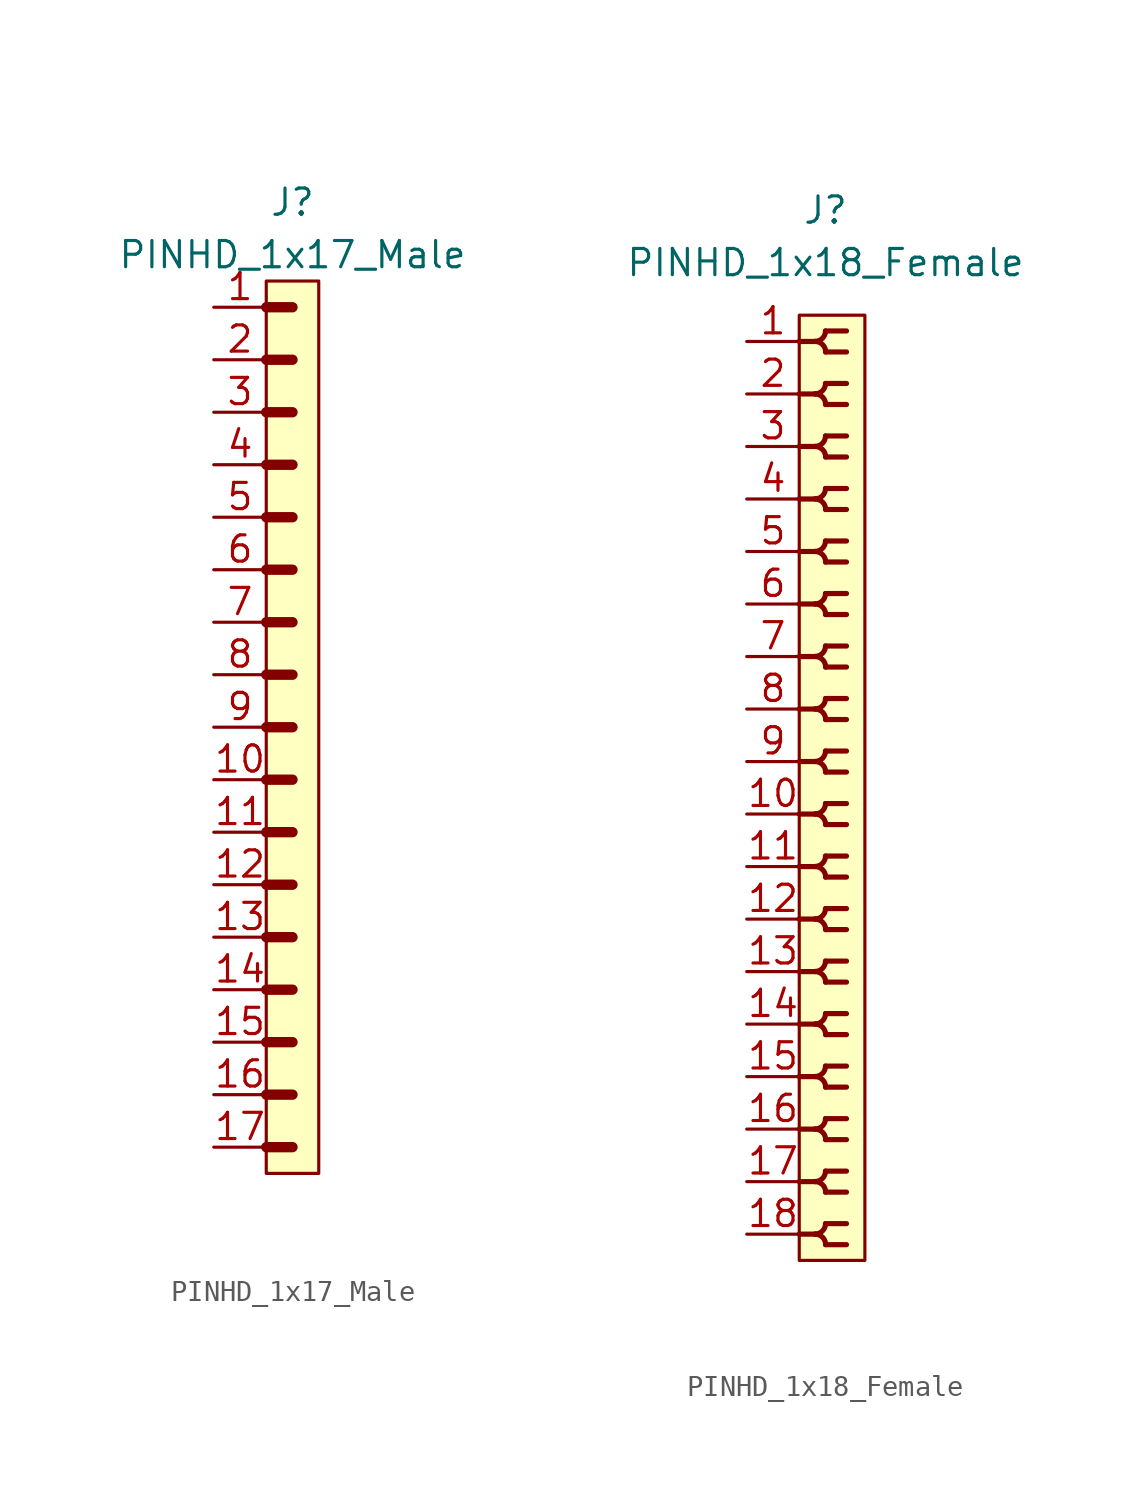
<source format=kicad_sym>
(kicad_symbol_lib
  (version 20211014)
  (generator kicad_symbol_editor)
  (symbol "PINHD_1x17_Male"
    (property "Reference" "J"
      (at 0 25.4 0)
      (effects (font (size 1.27 1.27))))
    (property "Value" "PINHD_1x17_Male"
      (at 0 22.86 0)
      (effects (font (size 1.27 1.27))))
    (symbol "PINHD_1x17_Male_0_1"
      (rectangle (start -1.27 21.59) (end 1.27 -21.59) (stroke (width 0) (type default) (color 0 0 0 0)) (fill (type background)))
      (polyline (pts (xy -1.27 -20.32) (xy 0 -20.32)) (stroke (width 0.5) (type default) (color 0 0 0 0)) (fill (type none)))
      (polyline (pts (xy -1.27 -17.78) (xy 0 -17.78)) (stroke (width 0.5) (type default) (color 0 0 0 0)) (fill (type none)))
      (polyline (pts (xy -1.27 -15.24) (xy 0 -15.24)) (stroke (width 0.5) (type default) (color 0 0 0 0)) (fill (type none)))
      (polyline (pts (xy -1.27 -12.7) (xy 0 -12.7)) (stroke (width 0.5) (type default) (color 0 0 0 0)) (fill (type none)))
      (polyline (pts (xy -1.27 -10.16) (xy 0 -10.16)) (stroke (width 0.5) (type default) (color 0 0 0 0)) (fill (type none)))
      (polyline (pts (xy -1.27 -7.62) (xy 0 -7.62)) (stroke (width 0.5) (type default) (color 0 0 0 0)) (fill (type none)))
      (polyline (pts (xy -1.27 -5.08) (xy 0 -5.08)) (stroke (width 0.5) (type default) (color 0 0 0 0)) (fill (type none)))
      (polyline (pts (xy -1.27 -2.54) (xy 0 -2.54)) (stroke (width 0.3) (type default) (color 0 0 0 0)) (fill (type none)))
      (polyline (pts (xy -1.27 -2.54) (xy 0 -2.54)) (stroke (width 0.5) (type default) (color 0 0 0 0)) (fill (type none)))
      (polyline (pts (xy -1.27 0) (xy 0 0)) (stroke (width 0.3) (type default) (color 0 0 0 0)) (fill (type none)))
      (polyline (pts (xy -1.27 0) (xy 0 0)) (stroke (width 0.5) (type default) (color 0 0 0 0)) (fill (type none)))
      (polyline (pts (xy -1.27 2.54) (xy 0 2.54)) (stroke (width 0.3) (type default) (color 0 0 0 0)) (fill (type none)))
      (polyline (pts (xy -1.27 2.54) (xy 0 2.54)) (stroke (width 0.5) (type default) (color 0 0 0 0)) (fill (type none)))
      (polyline (pts (xy -1.27 5.08) (xy 0 5.08)) (stroke (width 0.3) (type default) (color 0 0 0 0)) (fill (type none)))
      (polyline (pts (xy -1.27 5.08) (xy 0 5.08)) (stroke (width 0.5) (type default) (color 0 0 0 0)) (fill (type none)))
      (polyline (pts (xy -1.27 7.62) (xy 0 7.62)) (stroke (width 0.3) (type default) (color 0 0 0 0)) (fill (type none)))
      (polyline (pts (xy -1.27 7.62) (xy 0 7.62)) (stroke (width 0.5) (type default) (color 0 0 0 0)) (fill (type none)))
      (polyline (pts (xy -1.27 10.16) (xy 0 10.16)) (stroke (width 0.3) (type default) (color 0 0 0 0)) (fill (type none)))
      (polyline (pts (xy -1.27 10.16) (xy 0 10.16)) (stroke (width 0.5) (type default) (color 0 0 0 0)) (fill (type none)))
      (polyline (pts (xy -1.27 12.7) (xy 0 12.7)) (stroke (width 0.3) (type default) (color 0 0 0 0)) (fill (type none)))
      (polyline (pts (xy -1.27 12.7) (xy 0 12.7)) (stroke (width 0.5) (type default) (color 0 0 0 0)) (fill (type none)))
      (polyline (pts (xy -1.27 15.24) (xy 0 15.24)) (stroke (width 0.3) (type default) (color 0 0 0 0)) (fill (type none)))
      (polyline (pts (xy -1.27 15.24) (xy 0 15.24)) (stroke (width 0.5) (type default) (color 0 0 0 0)) (fill (type none)))
      (polyline (pts (xy -1.27 17.78) (xy 0 17.78)) (stroke (width 0.3) (type default) (color 0 0 0 0)) (fill (type none)))
      (polyline (pts (xy -1.27 17.78) (xy 0 17.78)) (stroke (width 0.5) (type default) (color 0 0 0 0)) (fill (type none)))
      (polyline (pts (xy -1.27 20.32) (xy 0 20.32)) (stroke (width 0.5) (type default) (color 0 0 0 0)) (fill (type none))))
    (symbol "PINHD_1x17_Male_1_1"
      (pin passive line (at -3.81 20.32 0) (length 2.54) (name "" (effects (font (size 1.27 1.27)))) (number "1" (effects (font (size 1.27 1.27)))))
      (pin passive line (at -3.81 -2.54 0) (length 2.54) (name "" (effects (font (size 1.27 1.27)))) (number "10" (effects (font (size 1.27 1.27)))))
      (pin passive line (at -3.81 -5.08 0) (length 2.54) (name "" (effects (font (size 1.27 1.27)))) (number "11" (effects (font (size 1.27 1.27)))))
      (pin passive line (at -3.81 -7.62 0) (length 2.54) (name "" (effects (font (size 1.27 1.27)))) (number "12" (effects (font (size 1.27 1.27)))))
      (pin passive line (at -3.81 -10.16 0) (length 2.54) (name "" (effects (font (size 1.27 1.27)))) (number "13" (effects (font (size 1.27 1.27)))))
      (pin passive line (at -3.81 -12.7 0) (length 2.54) (name "" (effects (font (size 1.27 1.27)))) (number "14" (effects (font (size 1.27 1.27)))))
      (pin passive line (at -3.81 -15.24 0) (length 2.54) (name "" (effects (font (size 1.27 1.27)))) (number "15" (effects (font (size 1.27 1.27)))))
      (pin passive line (at -3.81 -17.78 0) (length 2.54) (name "" (effects (font (size 1.27 1.27)))) (number "16" (effects (font (size 1.27 1.27)))))
      (pin passive line (at -3.81 -20.32 0) (length 2.54) (name "" (effects (font (size 1.27 1.27)))) (number "17" (effects (font (size 1.27 1.27)))))
      (pin passive line (at -3.81 17.78 0) (length 2.54) (name "" (effects (font (size 1.27 1.27)))) (number "2" (effects (font (size 1.27 1.27)))))
      (pin passive line (at -3.81 15.24 0) (length 2.54) (name "" (effects (font (size 1.27 1.27)))) (number "3" (effects (font (size 1.27 1.27)))))
      (pin passive line (at -3.81 12.7 0) (length 2.54) (name "" (effects (font (size 1.27 1.27)))) (number "4" (effects (font (size 1.27 1.27)))))
      (pin passive line (at -3.81 10.16 0) (length 2.54) (name "" (effects (font (size 1.27 1.27)))) (number "5" (effects (font (size 1.27 1.27)))))
      (pin passive line (at -3.81 7.62 0) (length 2.54) (name "" (effects (font (size 1.27 1.27)))) (number "6" (effects (font (size 1.27 1.27)))))
      (pin passive line (at -3.81 5.08 0) (length 2.54) (name "" (effects (font (size 1.27 1.27)))) (number "7" (effects (font (size 1.27 1.27)))))
      (pin passive line (at -3.81 2.54 0) (length 2.54) (name "" (effects (font (size 1.27 1.27)))) (number "8" (effects (font (size 1.27 1.27)))))
      (pin passive line (at -3.81 0 0) (length 2.54) (name "" (effects (font (size 1.27 1.27)))) (number "9" (effects (font (size 1.27 1.27)))))))
  (symbol "PINHD_1x18_Female"
    (property "Reference" "J"
      (at 0 27.94 0)
      (effects (font (size 1.27 1.27))))
    (property "Value" "PINHD_1x18_Female"
      (at 0 25.4 0)
      (effects (font (size 1.27 1.27))))
    (symbol "PINHD_1x18_Female_0_1"
      (rectangle (start -1.27 22.86) (end 1.905 -22.86) (stroke (width 0) (type default) (color 0 0 0 0)) (fill (type background)))
      (arc (start -0.508 -21.59) (mid 0.3592 -21.9492) (end 0 -21.082) (stroke (width 0.25) (type default) (color 0 0 0 0)) (fill (type none)))
      (arc (start -0.508 -19.05) (mid 0.3592 -19.4092) (end 0 -18.542) (stroke (width 0.25) (type default) (color 0 0 0 0)) (fill (type none)))
      (arc (start -0.508 -16.51) (mid 0.3592 -16.8692) (end 0 -16.002) (stroke (width 0.25) (type default) (color 0 0 0 0)) (fill (type none)))
      (arc (start -0.508 -13.97) (mid 0.3592 -14.3292) (end 0 -13.462) (stroke (width 0.25) (type default) (color 0 0 0 0)) (fill (type none)))
      (arc (start -0.508 -11.43) (mid 0.3592 -11.7892) (end 0 -10.922) (stroke (width 0.25) (type default) (color 0 0 0 0)) (fill (type none)))
      (arc (start -0.508 -8.89) (mid 0.3592 -9.2492) (end 0 -8.382) (stroke (width 0.25) (type default) (color 0 0 0 0)) (fill (type none)))
      (arc (start -0.508 -6.35) (mid 0.3592 -6.7092) (end 0 -5.842) (stroke (width 0.25) (type default) (color 0 0 0 0)) (fill (type none)))
      (arc (start -0.508 -3.81) (mid 0.3592 -4.1692) (end 0 -3.302) (stroke (width 0.25) (type default) (color 0 0 0 0)) (fill (type none)))
      (arc (start -0.508 -1.27) (mid 0.3592 -1.6292) (end 0 -0.762) (stroke (width 0.25) (type default) (color 0 0 0 0)) (fill (type none)))
      (arc (start -0.508 1.27) (mid 0.3592 0.9108) (end 0 1.778) (stroke (width 0.25) (type default) (color 0 0 0 0)) (fill (type none)))
      (arc (start -0.508 3.81) (mid 0.3592 3.4508) (end 0 4.318) (stroke (width 0.25) (type default) (color 0 0 0 0)) (fill (type none)))
      (arc (start -0.508 6.35) (mid 0.3592 5.9908) (end 0 6.858) (stroke (width 0.25) (type default) (color 0 0 0 0)) (fill (type none)))
      (arc (start -0.508 8.89) (mid 0.3592 8.5308) (end 0 9.398) (stroke (width 0.25) (type default) (color 0 0 0 0)) (fill (type none)))
      (arc (start -0.508 11.43) (mid 0.3592 11.0708) (end 0 11.938) (stroke (width 0.25) (type default) (color 0 0 0 0)) (fill (type none)))
      (arc (start -0.508 13.97) (mid 0.3592 13.6108) (end 0 14.478) (stroke (width 0.25) (type default) (color 0 0 0 0)) (fill (type none)))
      (arc (start -0.508 16.51) (mid 0.3592 16.1508) (end 0 17.018) (stroke (width 0.25) (type default) (color 0 0 0 0)) (fill (type none)))
      (arc (start -0.508 19.05) (mid 0.3592 18.6908) (end 0 19.558) (stroke (width 0.25) (type default) (color 0 0 0 0)) (fill (type none)))
      (arc (start -0.508 21.59) (mid 0.3592 21.2308) (end 0 22.098) (stroke (width 0.25) (type default) (color 0 0 0 0)) (fill (type none)))
      (arc (start 0 -22.098) (mid 0.3592 -21.2308) (end -0.508 -21.59) (stroke (width 0.25) (type default) (color 0 0 0 0)) (fill (type none)))
      (arc (start 0 -19.558) (mid 0.3592 -18.6908) (end -0.508 -19.05) (stroke (width 0.25) (type default) (color 0 0 0 0)) (fill (type none)))
      (arc (start 0 -17.018) (mid 0.3592 -16.1508) (end -0.508 -16.51) (stroke (width 0.25) (type default) (color 0 0 0 0)) (fill (type none)))
      (arc (start 0 -14.478) (mid 0.3592 -13.6108) (end -0.508 -13.97) (stroke (width 0.25) (type default) (color 0 0 0 0)) (fill (type none)))
      (arc (start 0 -11.938) (mid 0.3592 -11.0708) (end -0.508 -11.43) (stroke (width 0.25) (type default) (color 0 0 0 0)) (fill (type none)))
      (arc (start 0 -9.398) (mid 0.3592 -8.5308) (end -0.508 -8.89) (stroke (width 0.25) (type default) (color 0 0 0 0)) (fill (type none)))
      (arc (start 0 -6.858) (mid 0.3592 -5.9908) (end -0.508 -6.35) (stroke (width 0.25) (type default) (color 0 0 0 0)) (fill (type none)))
      (arc (start 0 -4.318) (mid 0.3592 -3.4508) (end -0.508 -3.81) (stroke (width 0.25) (type default) (color 0 0 0 0)) (fill (type none)))
      (arc (start 0 -1.778) (mid 0.3592 -0.9108) (end -0.508 -1.27) (stroke (width 0.25) (type default) (color 0 0 0 0)) (fill (type none)))
      (polyline (pts (xy -1.27 -21.59) (xy -0.508 -21.59)) (stroke (width 0.25) (type default) (color 0 0 0 0)) (fill (type none)))
      (polyline (pts (xy -1.27 -19.05) (xy -0.508 -19.05)) (stroke (width 0.25) (type default) (color 0 0 0 0)) (fill (type none)))
      (polyline (pts (xy -1.27 -16.51) (xy -0.508 -16.51)) (stroke (width 0.25) (type default) (color 0 0 0 0)) (fill (type none)))
      (polyline (pts (xy -1.27 -13.97) (xy -0.508 -13.97)) (stroke (width 0.25) (type default) (color 0 0 0 0)) (fill (type none)))
      (polyline (pts (xy -1.27 -11.43) (xy -0.508 -11.43)) (stroke (width 0.25) (type default) (color 0 0 0 0)) (fill (type none)))
      (polyline (pts (xy -1.27 -8.89) (xy -0.508 -8.89)) (stroke (width 0.25) (type default) (color 0 0 0 0)) (fill (type none)))
      (polyline (pts (xy -1.27 -6.35) (xy -0.508 -6.35)) (stroke (width 0.25) (type default) (color 0 0 0 0)) (fill (type none)))
      (polyline (pts (xy -1.27 -3.81) (xy -0.508 -3.81)) (stroke (width 0.25) (type default) (color 0 0 0 0)) (fill (type none)))
      (polyline (pts (xy -1.27 -1.27) (xy -0.508 -1.27)) (stroke (width 0.25) (type default) (color 0 0 0 0)) (fill (type none)))
      (polyline (pts (xy -1.27 1.27) (xy -0.508 1.27)) (stroke (width 0.25) (type default) (color 0 0 0 0)) (fill (type none)))
      (polyline (pts (xy -1.27 3.81) (xy -0.508 3.81)) (stroke (width 0.25) (type default) (color 0 0 0 0)) (fill (type none)))
      (polyline (pts (xy -1.27 6.35) (xy -0.508 6.35)) (stroke (width 0.25) (type default) (color 0 0 0 0)) (fill (type none)))
      (polyline (pts (xy -1.27 8.89) (xy -0.508 8.89)) (stroke (width 0.25) (type default) (color 0 0 0 0)) (fill (type none)))
      (polyline (pts (xy -1.27 11.43) (xy -0.508 11.43)) (stroke (width 0.25) (type default) (color 0 0 0 0)) (fill (type none)))
      (polyline (pts (xy -1.27 13.97) (xy -0.508 13.97)) (stroke (width 0.25) (type default) (color 0 0 0 0)) (fill (type none)))
      (polyline (pts (xy -1.27 16.51) (xy -0.508 16.51)) (stroke (width 0.25) (type default) (color 0 0 0 0)) (fill (type none)))
      (polyline (pts (xy -1.27 19.05) (xy -0.508 19.05)) (stroke (width 0.25) (type default) (color 0 0 0 0)) (fill (type none)))
      (polyline (pts (xy -1.27 21.59) (xy -0.508 21.59)) (stroke (width 0.25) (type default) (color 0 0 0 0)) (fill (type none)))
      (polyline (pts (xy 0 -22.098) (xy 1.016 -22.098)) (stroke (width 0.25) (type default) (color 0 0 0 0)) (fill (type none)))
      (polyline (pts (xy 0 -21.082) (xy 1.016 -21.082)) (stroke (width 0.25) (type default) (color 0 0 0 0)) (fill (type none)))
      (polyline (pts (xy 0 -19.558) (xy 1.016 -19.558)) (stroke (width 0.25) (type default) (color 0 0 0 0)) (fill (type none)))
      (polyline (pts (xy 0 -18.542) (xy 1.016 -18.542)) (stroke (width 0.25) (type default) (color 0 0 0 0)) (fill (type none)))
      (polyline (pts (xy 0 -17.018) (xy 1.016 -17.018)) (stroke (width 0.25) (type default) (color 0 0 0 0)) (fill (type none)))
      (polyline (pts (xy 0 -16.002) (xy 1.016 -16.002)) (stroke (width 0.25) (type default) (color 0 0 0 0)) (fill (type none)))
      (polyline (pts (xy 0 -14.478) (xy 1.016 -14.478)) (stroke (width 0.25) (type default) (color 0 0 0 0)) (fill (type none)))
      (polyline (pts (xy 0 -13.462) (xy 1.016 -13.462)) (stroke (width 0.25) (type default) (color 0 0 0 0)) (fill (type none)))
      (polyline (pts (xy 0 -11.938) (xy 1.016 -11.938)) (stroke (width 0.25) (type default) (color 0 0 0 0)) (fill (type none)))
      (polyline (pts (xy 0 -10.922) (xy 1.016 -10.922)) (stroke (width 0.25) (type default) (color 0 0 0 0)) (fill (type none)))
      (polyline (pts (xy 0 -9.398) (xy 1.016 -9.398)) (stroke (width 0.25) (type default) (color 0 0 0 0)) (fill (type none)))
      (polyline (pts (xy 0 -8.382) (xy 1.016 -8.382)) (stroke (width 0.25) (type default) (color 0 0 0 0)) (fill (type none)))
      (polyline (pts (xy 0 -6.858) (xy 1.016 -6.858)) (stroke (width 0.25) (type default) (color 0 0 0 0)) (fill (type none)))
      (polyline (pts (xy 0 -5.842) (xy 1.016 -5.842)) (stroke (width 0.25) (type default) (color 0 0 0 0)) (fill (type none)))
      (polyline (pts (xy 0 -4.318) (xy 1.016 -4.318)) (stroke (width 0.25) (type default) (color 0 0 0 0)) (fill (type none)))
      (polyline (pts (xy 0 -3.302) (xy 1.016 -3.302)) (stroke (width 0.25) (type default) (color 0 0 0 0)) (fill (type none)))
      (polyline (pts (xy 0 -1.778) (xy 1.016 -1.778)) (stroke (width 0.25) (type default) (color 0 0 0 0)) (fill (type none)))
      (polyline (pts (xy 0 -0.762) (xy 1.016 -0.762)) (stroke (width 0.25) (type default) (color 0 0 0 0)) (fill (type none)))
      (polyline (pts (xy 0 0.762) (xy 1.016 0.762)) (stroke (width 0.25) (type default) (color 0 0 0 0)) (fill (type none)))
      (polyline (pts (xy 0 1.778) (xy 1.016 1.778)) (stroke (width 0.25) (type default) (color 0 0 0 0)) (fill (type none)))
      (polyline (pts (xy 0 3.302) (xy 1.016 3.302)) (stroke (width 0.25) (type default) (color 0 0 0 0)) (fill (type none)))
      (polyline (pts (xy 0 4.318) (xy 1.016 4.318)) (stroke (width 0.25) (type default) (color 0 0 0 0)) (fill (type none)))
      (polyline (pts (xy 0 5.842) (xy 1.016 5.842)) (stroke (width 0.25) (type default) (color 0 0 0 0)) (fill (type none)))
      (polyline (pts (xy 0 6.858) (xy 1.016 6.858)) (stroke (width 0.25) (type default) (color 0 0 0 0)) (fill (type none)))
      (polyline (pts (xy 0 8.382) (xy 1.016 8.382)) (stroke (width 0.25) (type default) (color 0 0 0 0)) (fill (type none)))
      (polyline (pts (xy 0 9.398) (xy 1.016 9.398)) (stroke (width 0.25) (type default) (color 0 0 0 0)) (fill (type none)))
      (polyline (pts (xy 0 10.922) (xy 1.016 10.922)) (stroke (width 0.25) (type default) (color 0 0 0 0)) (fill (type none)))
      (polyline (pts (xy 0 11.938) (xy 1.016 11.938)) (stroke (width 0.25) (type default) (color 0 0 0 0)) (fill (type none)))
      (polyline (pts (xy 0 13.462) (xy 1.016 13.462)) (stroke (width 0.25) (type default) (color 0 0 0 0)) (fill (type none)))
      (polyline (pts (xy 0 14.478) (xy 1.016 14.478)) (stroke (width 0.25) (type default) (color 0 0 0 0)) (fill (type none)))
      (polyline (pts (xy 0 16.002) (xy 1.016 16.002)) (stroke (width 0.25) (type default) (color 0 0 0 0)) (fill (type none)))
      (polyline (pts (xy 0 17.018) (xy 1.016 17.018)) (stroke (width 0.25) (type default) (color 0 0 0 0)) (fill (type none)))
      (polyline (pts (xy 0 18.542) (xy 1.016 18.542)) (stroke (width 0.25) (type default) (color 0 0 0 0)) (fill (type none)))
      (polyline (pts (xy 0 19.558) (xy 1.016 19.558)) (stroke (width 0.25) (type default) (color 0 0 0 0)) (fill (type none)))
      (polyline (pts (xy 0 21.082) (xy 1.016 21.082)) (stroke (width 0.25) (type default) (color 0 0 0 0)) (fill (type none)))
      (polyline (pts (xy 0 22.098) (xy 1.016 22.098)) (stroke (width 0.25) (type default) (color 0 0 0 0)) (fill (type none)))
      (arc (start 0 0.762) (mid 0.3592 1.6292) (end -0.508 1.27) (stroke (width 0.25) (type default) (color 0 0 0 0)) (fill (type none)))
      (arc (start 0 3.302) (mid 0.3592 4.1692) (end -0.508 3.81) (stroke (width 0.25) (type default) (color 0 0 0 0)) (fill (type none)))
      (arc (start 0 5.842) (mid 0.3592 6.7092) (end -0.508 6.35) (stroke (width 0.25) (type default) (color 0 0 0 0)) (fill (type none)))
      (arc (start 0 8.382) (mid 0.3592 9.2492) (end -0.508 8.89) (stroke (width 0.25) (type default) (color 0 0 0 0)) (fill (type none)))
      (arc (start 0 10.922) (mid 0.3592 11.7892) (end -0.508 11.43) (stroke (width 0.25) (type default) (color 0 0 0 0)) (fill (type none)))
      (arc (start 0 13.462) (mid 0.3592 14.3292) (end -0.508 13.97) (stroke (width 0.25) (type default) (color 0 0 0 0)) (fill (type none)))
      (arc (start 0 16.002) (mid 0.3592 16.8692) (end -0.508 16.51) (stroke (width 0.25) (type default) (color 0 0 0 0)) (fill (type none)))
      (arc (start 0 18.542) (mid 0.3592 19.4092) (end -0.508 19.05) (stroke (width 0.25) (type default) (color 0 0 0 0)) (fill (type none)))
      (arc (start 0 21.082) (mid 0.3592 21.9492) (end -0.508 21.59) (stroke (width 0.25) (type default) (color 0 0 0 0)) (fill (type none))))
    (symbol "PINHD_1x18_Female_1_1"
      (pin passive line (at -3.81 21.59 0) (length 2.54) (name "" (effects (font (size 1.27 1.27)))) (number "1" (effects (font (size 1.27 1.27)))))
      (pin passive line (at -3.81 -1.27 0) (length 2.54) (name "" (effects (font (size 1.27 1.27)))) (number "10" (effects (font (size 1.27 1.27)))))
      (pin passive line (at -3.81 -3.81 0) (length 2.54) (name "" (effects (font (size 1.27 1.27)))) (number "11" (effects (font (size 1.27 1.27)))))
      (pin passive line (at -3.81 -6.35 0) (length 2.54) (name "" (effects (font (size 1.27 1.27)))) (number "12" (effects (font (size 1.27 1.27)))))
      (pin passive line (at -3.81 -8.89 0) (length 2.54) (name "" (effects (font (size 1.27 1.27)))) (number "13" (effects (font (size 1.27 1.27)))))
      (pin passive line (at -3.81 -11.43 0) (length 2.54) (name "" (effects (font (size 1.27 1.27)))) (number "14" (effects (font (size 1.27 1.27)))))
      (pin passive line (at -3.81 -13.97 0) (length 2.54) (name "" (effects (font (size 1.27 1.27)))) (number "15" (effects (font (size 1.27 1.27)))))
      (pin passive line (at -3.81 -16.51 0) (length 2.54) (name "" (effects (font (size 1.27 1.27)))) (number "16" (effects (font (size 1.27 1.27)))))
      (pin passive line (at -3.81 -19.05 0) (length 2.54) (name "" (effects (font (size 1.27 1.27)))) (number "17" (effects (font (size 1.27 1.27)))))
      (pin passive line (at -3.81 -21.59 0) (length 2.54) (name "" (effects (font (size 1.27 1.27)))) (number "18" (effects (font (size 1.27 1.27)))))
      (pin passive line (at -3.81 19.05 0) (length 2.54) (name "" (effects (font (size 1.27 1.27)))) (number "2" (effects (font (size 1.27 1.27)))))
      (pin passive line (at -3.81 16.51 0) (length 2.54) (name "" (effects (font (size 1.27 1.27)))) (number "3" (effects (font (size 1.27 1.27)))))
      (pin passive line (at -3.81 13.97 0) (length 2.54) (name "" (effects (font (size 1.27 1.27)))) (number "4" (effects (font (size 1.27 1.27)))))
      (pin passive line (at -3.81 11.43 0) (length 2.54) (name "" (effects (font (size 1.27 1.27)))) (number "5" (effects (font (size 1.27 1.27)))))
      (pin passive line (at -3.81 8.89 0) (length 2.54) (name "" (effects (font (size 1.27 1.27)))) (number "6" (effects (font (size 1.27 1.27)))))
      (pin passive line (at -3.81 6.35 0) (length 2.54) (name "" (effects (font (size 1.27 1.27)))) (number "7" (effects (font (size 1.27 1.27)))))
      (pin passive line (at -3.81 3.81 0) (length 2.54) (name "" (effects (font (size 1.27 1.27)))) (number "8" (effects (font (size 1.27 1.27)))))
      (pin passive line (at -3.81 1.27 0) (length 2.54) (name "" (effects (font (size 1.27 1.27)))) (number "9" (effects (font (size 1.27 1.27))))))))
</source>
